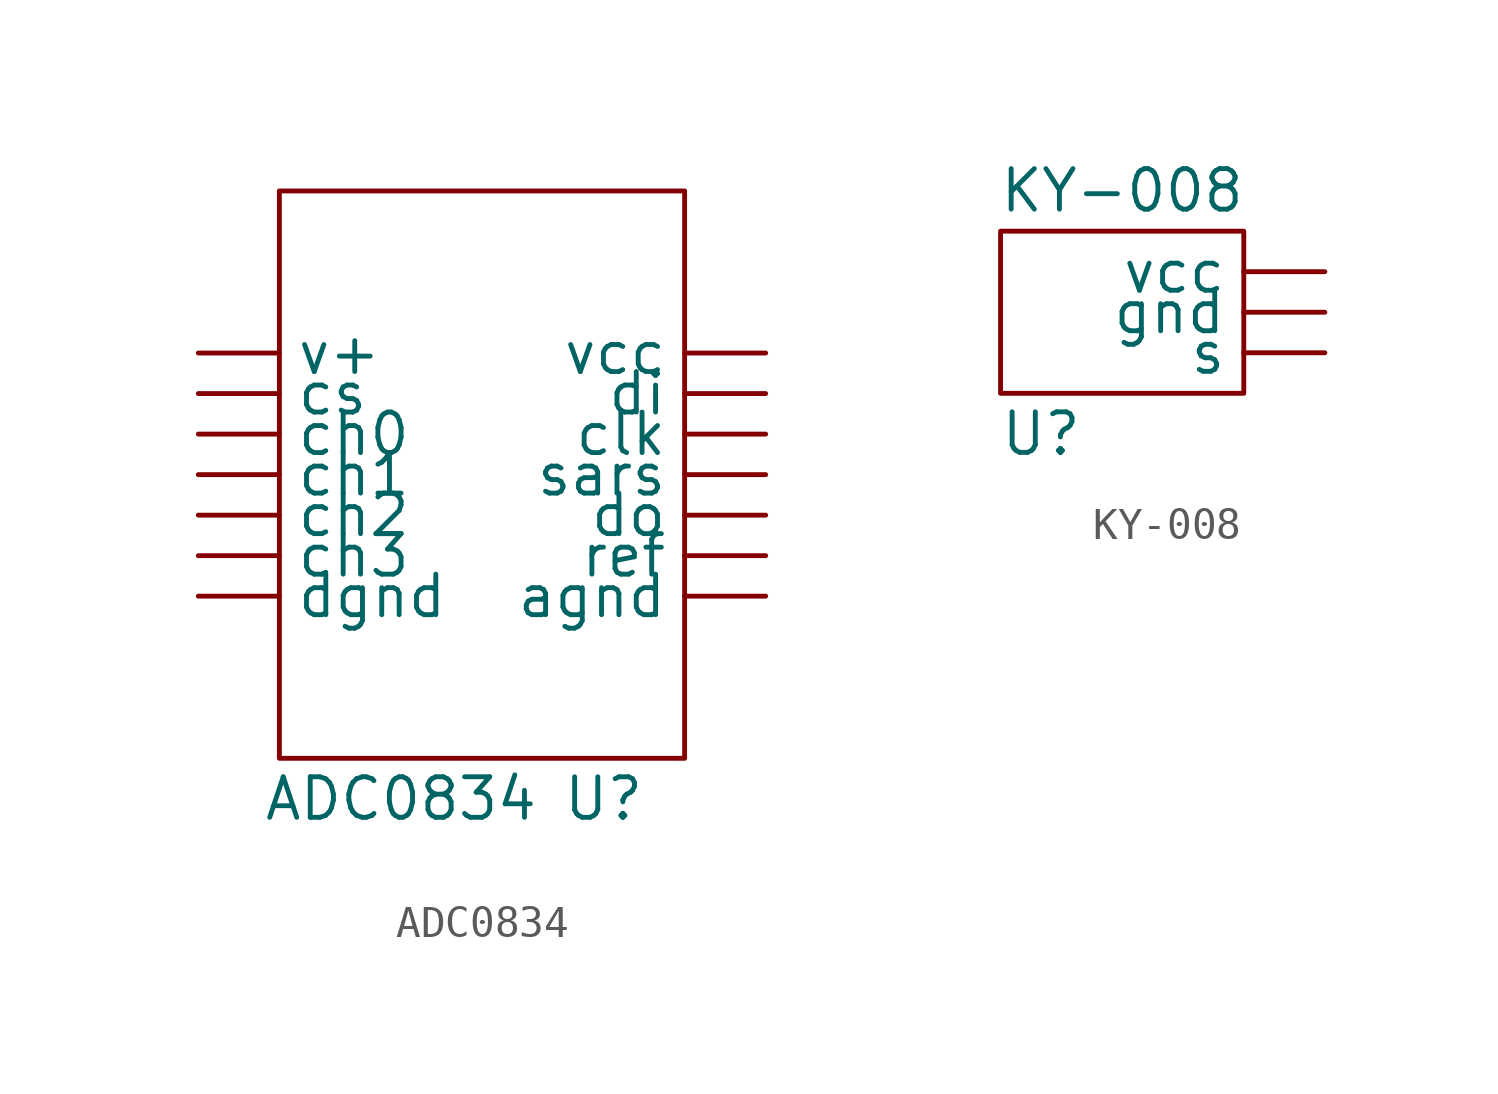
<source format=kicad_sym>
(kicad_symbol_lib
  (version 20211014)
  (generator kicad_symbol_editor)
  (symbol "ADC0834"
    (property "Reference" "U"
      (at 3.81 -10.16 0)
      (effects (font (size 1.27 1.27))))
    (property "Value" "ADC0834"
      (at -2.54 -10.16 0)
      (effects (font (size 1.27 1.27))))
    (symbol "ADC0834_0_1"
      (rectangle (start -6.35 8.89) (end 6.35 -8.89) (stroke (width 0) (type default) (color 0 0 0 0)) (fill (type none))))
    (symbol "ADC0834_1_1"
      (pin power_out line (at 8.89 -3.81 180) (length 2.54) (name "agnd" (effects (font (size 1.27 1.27)))) (number "" (effects (font (size 1.27 1.27)))))
      (pin unspecified line (at -8.89 1.27 0) (length 2.54) (name "ch0" (effects (font (size 1.27 1.27)))) (number "" (effects (font (size 1.27 1.27)))))
      (pin unspecified line (at -8.89 0 0) (length 2.54) (name "ch1" (effects (font (size 1.27 1.27)))) (number "" (effects (font (size 1.27 1.27)))))
      (pin unspecified line (at -8.89 -1.27 0) (length 2.54) (name "ch2" (effects (font (size 1.27 1.27)))) (number "" (effects (font (size 1.27 1.27)))))
      (pin unspecified line (at -8.89 -2.54 0) (length 2.54) (name "ch3" (effects (font (size 1.27 1.27)))) (number "" (effects (font (size 1.27 1.27)))))
      (pin unspecified line (at 8.89 1.27 180) (length 2.54) (name "clk" (effects (font (size 1.27 1.27)))) (number "" (effects (font (size 1.27 1.27)))))
      (pin unspecified line (at -8.89 2.54 0) (length 2.54) (name "cs" (effects (font (size 1.27 1.27)))) (number "" (effects (font (size 1.27 1.27)))))
      (pin power_out line (at -8.89 -3.81 0) (length 2.54) (name "dgnd" (effects (font (size 1.27 1.27)))) (number "" (effects (font (size 1.27 1.27)))))
      (pin unspecified line (at 8.89 2.54 180) (length 2.54) (name "di" (effects (font (size 1.27 1.27)))) (number "" (effects (font (size 1.27 1.27)))))
      (pin unspecified line (at 8.89 -1.27 180) (length 2.54) (name "do" (effects (font (size 1.27 1.27)))) (number "" (effects (font (size 1.27 1.27)))))
      (pin unspecified line (at 8.89 -2.54 180) (length 2.54) (name "ref" (effects (font (size 1.27 1.27)))) (number "" (effects (font (size 1.27 1.27)))))
      (pin unspecified line (at 8.89 0 180) (length 2.54) (name "sars" (effects (font (size 1.27 1.27)))) (number "" (effects (font (size 1.27 1.27)))))
      (pin power_in line (at -8.89 3.81 0) (length 2.54) (name "v+" (effects (font (size 1.27 1.27)))) (number "" (effects (font (size 1.27 1.27)))))
      (pin power_in line (at 8.89 3.81 180) (length 2.54) (name "vcc" (effects (font (size 1.27 1.27)))) (number "" (effects (font (size 1.27 1.27)))))))
  (symbol "KY-008"
    (property "Reference" "U"
      (at -2.54 -3.81 0)
      (effects (font (size 1.27 1.27))))
    (property "Value" "KY-008"
      (at 0 3.81 0)
      (effects (font (size 1.27 1.27))))
    (symbol "KY-008_0_1"
      (rectangle (start -3.81 2.54) (end 3.81 -2.54) (stroke (width 0) (type default) (color 0 0 0 0)) (fill (type none))))
    (symbol "KY-008_1_1"
      (pin power_out line (at 6.35 0 180) (length 2.54) (name "gnd" (effects (font (size 1.27 1.27)))) (number "" (effects (font (size 1.27 1.27)))))
      (pin input line (at 6.35 -1.27 180) (length 2.54) (name "s" (effects (font (size 1.27 1.27)))) (number "" (effects (font (size 1.27 1.27)))))
      (pin power_in line (at 6.35 1.27 180) (length 2.54) (name "vcc" (effects (font (size 1.27 1.27)))) (number "" (effects (font (size 1.27 1.27))))))))
</source>
